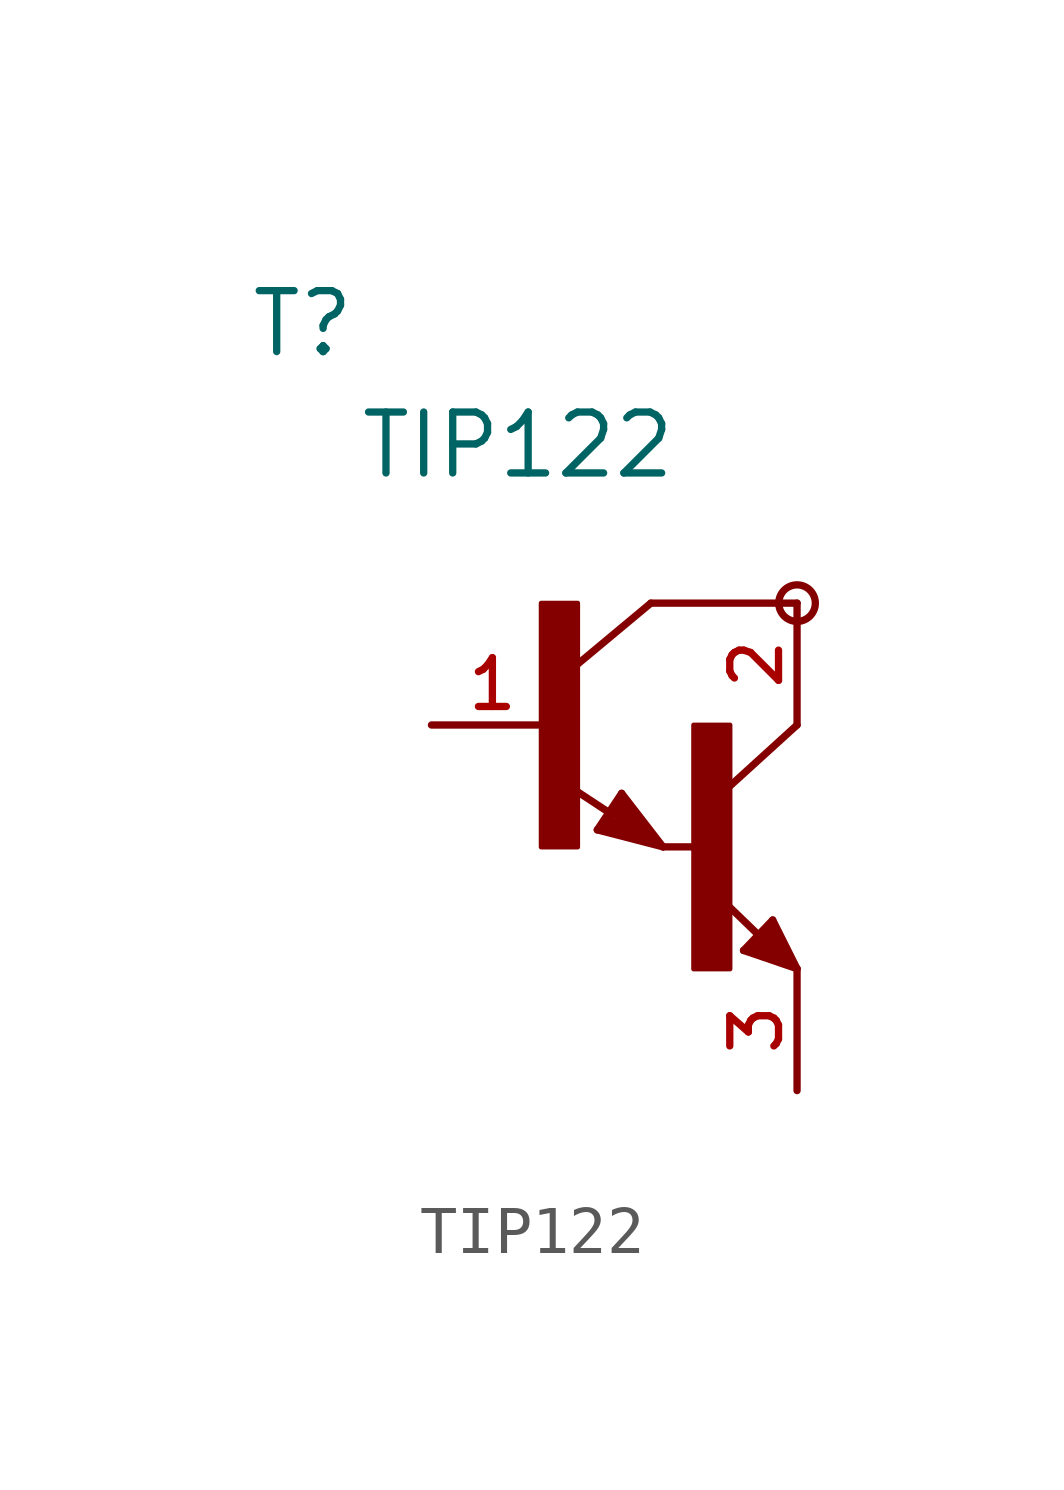
<source format=kicad_sym>
(kicad_symbol_lib
  (version 20211014)
  (generator kicad_symbol_editor)
  (symbol "TIP122"
    (pin_names
      (offset 1.016))
    (property "Reference" "T"
      (at -6.35 7.62 0)
      (effects (font (size 1.27 1.27)) (justify bottom left)))
    (property "Value" "TIP122"
      (at -4.072 5.09 0)
      (effects (font (size 1.27 1.27)) (justify bottom left)))
    (symbol "TIP122_0_0"
      (polyline (pts (xy 5.08 2.54) (xy 2.032 2.54)) (stroke (width 0.152)))
      (polyline (pts (xy 1.424 -1.424) (xy 2.286 -2.54)) (stroke (width 0.152)))
      (polyline (pts (xy 2.921 -2.54) (xy 2.286 -2.54)) (stroke (width 0.152)))
      (polyline (pts (xy 0.916 -2.186) (xy 1.424 -1.424)) (stroke (width 0.152)))
      (polyline (pts (xy 2.286 -2.54) (xy 0.916 -2.186)) (stroke (width 0.152)))
      (polyline (pts (xy 2.032 2.54) (xy 0.508 1.27)) (stroke (width 0.152)))
      (polyline (pts (xy 5.08 0.0) (xy 3.683 -1.27)) (stroke (width 0.152)))
      (polyline (pts (xy 5.08 -5.08) (xy 3.964 -4.699)) (stroke (width 0.152)))
      (polyline (pts (xy 4.572 -4.064) (xy 5.08 -5.08)) (stroke (width 0.152)))
      (polyline (pts (xy 3.964 -4.699) (xy 4.572 -4.064)) (stroke (width 0.152)))
      (polyline (pts (xy 1.186 -1.84) (xy 0.208 -1.197)) (stroke (width 0.152)))
      (polyline (pts (xy 4.28 -4.38) (xy 3.483 -3.61)) (stroke (width 0.152)))
      (polyline (pts (xy 2.159 -2.413) (xy 1.397 -1.524)) (stroke (width 0.127)))
      (polyline (pts (xy 1.397 -1.524) (xy 1.016 -2.159)) (stroke (width 0.127)))
      (polyline (pts (xy 1.016 -2.159) (xy 2.032 -2.413)) (stroke (width 0.127)))
      (polyline (pts (xy 2.032 -2.413) (xy 1.397 -1.651)) (stroke (width 0.127)))
      (polyline (pts (xy 1.397 -1.651) (xy 1.143 -2.032)) (stroke (width 0.127)))
      (polyline (pts (xy 1.143 -2.032) (xy 1.905 -2.286)) (stroke (width 0.254)))
      (polyline (pts (xy 1.905 -2.286) (xy 1.397 -1.778)) (stroke (width 0.254)))
      (polyline (pts (xy 1.397 -1.778) (xy 1.397 -1.905)) (stroke (width 0.254)))
      (polyline (pts (xy 4.953 -4.953) (xy 4.572 -4.191)) (stroke (width 0.127)))
      (polyline (pts (xy 4.572 -4.191) (xy 4.064 -4.699)) (stroke (width 0.127)))
      (polyline (pts (xy 4.064 -4.699) (xy 4.826 -4.953)) (stroke (width 0.127)))
      (polyline (pts (xy 4.826 -4.953) (xy 4.572 -4.318)) (stroke (width 0.127)))
      (polyline (pts (xy 4.572 -4.318) (xy 4.191 -4.699)) (stroke (width 0.254)))
      (polyline (pts (xy 4.191 -4.699) (xy 4.699 -4.826)) (stroke (width 0.254)))
      (polyline (pts (xy 4.699 -4.826) (xy 4.572 -4.572)) (stroke (width 0.254)))
      (polyline (pts (xy 4.572 -4.572) (xy 4.445 -4.572)) (stroke (width 0.254)))
      (circle (center 5.08 2.54) (radius 0.381) (stroke (width 0.0)) (fill (type none)))
      (rectangle (start -0.254 -2.544) (end 0.508 2.54) (stroke (width 0.1)) (fill (type outline)))
      (rectangle (start 2.924 -5.085) (end 3.683 0.0) (stroke (width 0.1)) (fill (type outline)))
      (pin passive line (at -2.54 0.0 0) (length 2.54) (name "~" (effects (font (size 1.016 1.016)))) (number "1" (effects (font (size 1.016 1.016)))))
      (pin passive line (at 5.08 -7.62 90.0) (length 2.54) (name "~" (effects (font (size 1.016 1.016)))) (number "3" (effects (font (size 1.016 1.016)))))
      (pin passive line (at 5.08 2.54 270.0) (length 2.54) (name "~" (effects (font (size 1.016 1.016)))) (number "2" (effects (font (size 1.016 1.016))))))))
</source>
